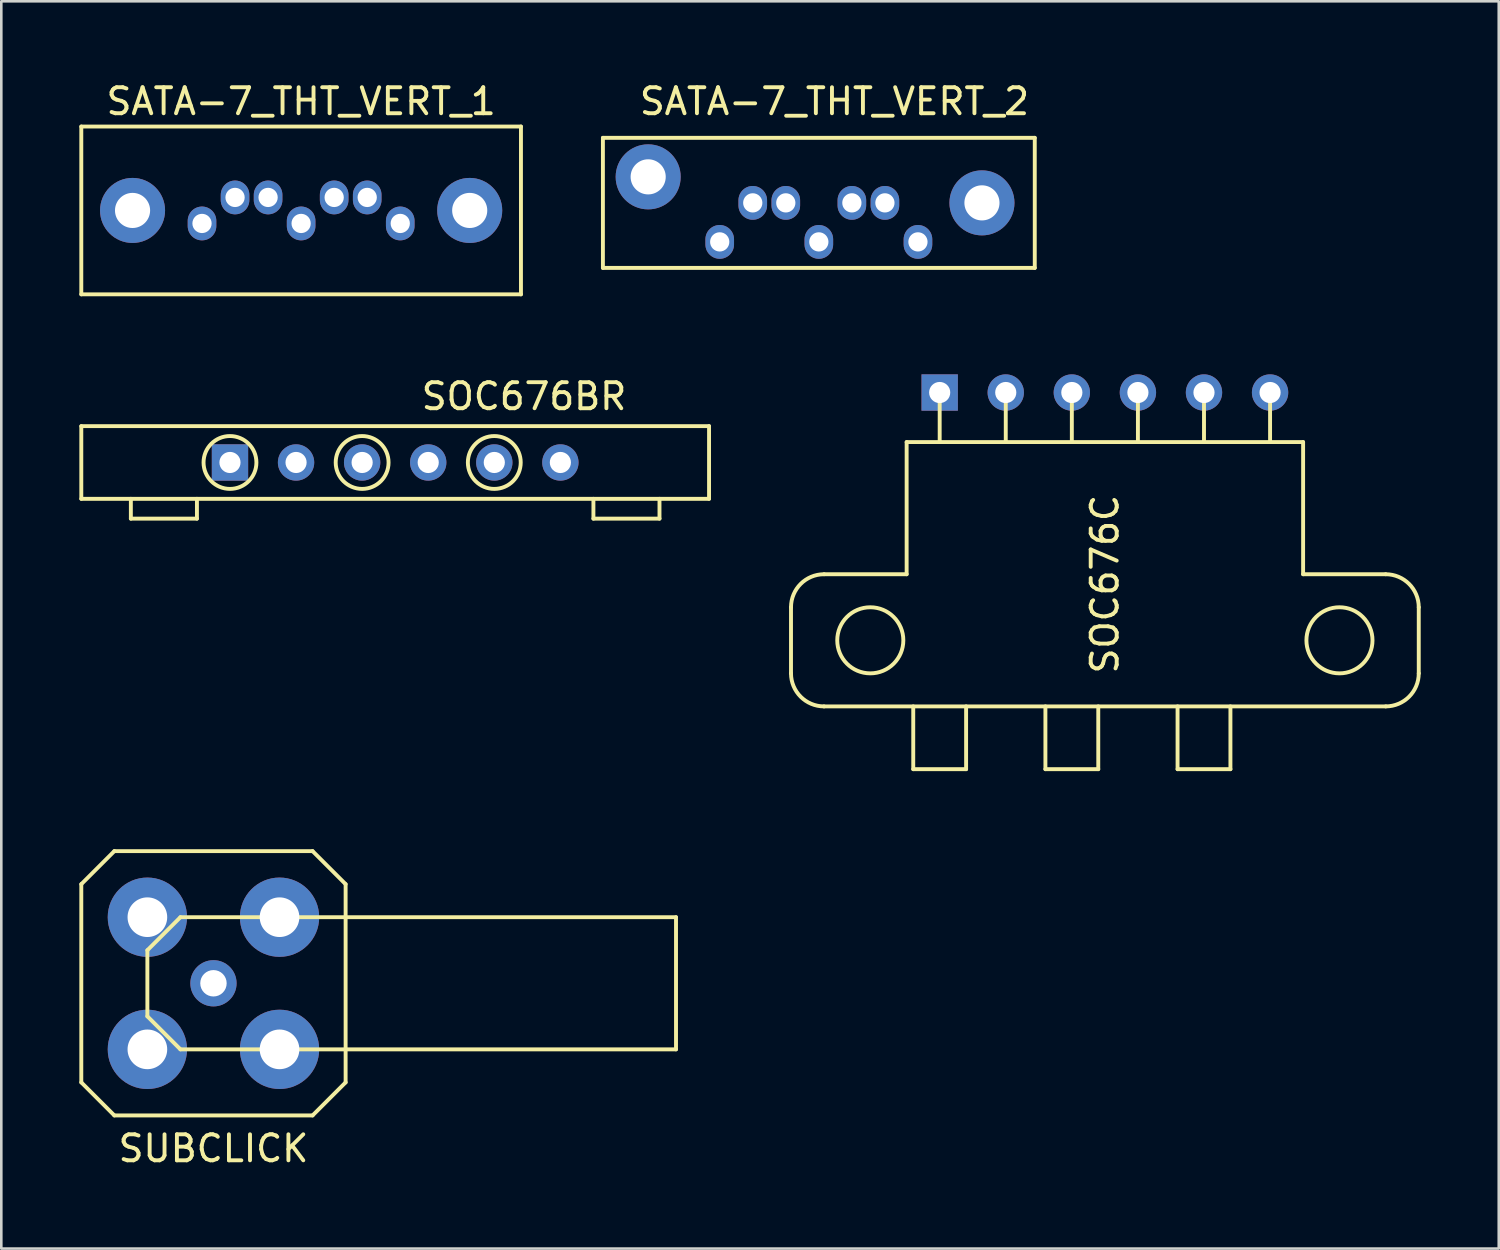
<source format=kicad_pcb>
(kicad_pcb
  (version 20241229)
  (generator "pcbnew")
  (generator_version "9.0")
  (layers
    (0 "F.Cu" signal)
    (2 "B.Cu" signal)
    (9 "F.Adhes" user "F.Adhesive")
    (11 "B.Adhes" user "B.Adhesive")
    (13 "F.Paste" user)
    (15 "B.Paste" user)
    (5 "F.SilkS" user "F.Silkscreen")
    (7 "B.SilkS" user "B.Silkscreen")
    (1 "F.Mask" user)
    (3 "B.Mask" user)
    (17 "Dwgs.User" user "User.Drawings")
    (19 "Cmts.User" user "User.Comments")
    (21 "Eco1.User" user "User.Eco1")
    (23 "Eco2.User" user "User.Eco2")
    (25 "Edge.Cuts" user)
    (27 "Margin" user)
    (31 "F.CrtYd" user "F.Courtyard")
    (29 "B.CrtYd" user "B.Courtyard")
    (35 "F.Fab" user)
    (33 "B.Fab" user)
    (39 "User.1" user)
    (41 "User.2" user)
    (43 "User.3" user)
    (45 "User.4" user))
  (footprint "SOC676BR"
    (layer "F.Cu")
    (at 12.14 14.727)
    (property "Reference" "SOC676BR" (at 4.953 -2.54 0) (layer "F.SilkS") (effects (font (size 1 1) (thickness 0.15))))
    (attr through_hole)
    (fp_line (start -12.065 -1.397) (end 12.065 -1.397) (stroke (width 0.15) (type solid)) (layer "F.SilkS"))
    (fp_line (start -12.065 1.397) (end -12.065 -1.397) (stroke (width 0.15) (type solid)) (layer "F.SilkS"))
    (fp_line (start -10.16 2.159) (end -10.16 1.397) (stroke (width 0.15) (type solid)) (layer "F.SilkS"))
    (fp_line (start -7.62 2.159) (end -10.16 2.159) (stroke (width 0.15) (type solid)) (layer "F.SilkS"))
    (fp_line (start -7.62 2.159) (end -7.62 1.397) (stroke (width 0.15) (type solid)) (layer "F.SilkS"))
    (fp_line (start 7.62 1.397) (end 7.62 2.159) (stroke (width 0.15) (type solid)) (layer "F.SilkS"))
    (fp_line (start 7.62 2.159) (end 10.16 2.159) (stroke (width 0.15) (type solid)) (layer "F.SilkS"))
    (fp_line (start 10.16 2.159) (end 10.16 1.397) (stroke (width 0.15) (type solid)) (layer "F.SilkS"))
    (fp_line (start 12.065 -1.397) (end 12.065 1.397) (stroke (width 0.15) (type solid)) (layer "F.SilkS"))
    (fp_line (start 12.065 1.397) (end -12.065 1.397) (stroke (width 0.15) (type solid)) (layer "F.SilkS"))
    (fp_circle (center -6.35 0) (end -6.35 -1.016) (stroke (width 0.15) (type solid)) (fill no) (layer "F.SilkS"))
    (fp_circle (center -1.27 0) (end -1.27 -1.016) (stroke (width 0.15) (type solid)) (fill no) (layer "F.SilkS"))
    (fp_circle (center 3.81 0) (end 3.81 -1.016) (stroke (width 0.15) (type solid)) (fill no) (layer "F.SilkS"))
    (pad "1" thru_hole rect (at -6.35 0) (size 1.397 1.397) (drill 0.813) (layers "*.Cu" "*.Mask"))
    (pad "2" thru_hole circle (at -3.81 0) (size 1.397 1.397) (drill 0.813) (layers "*.Cu" "*.Mask"))
    (pad "3" thru_hole circle (at -1.27 0) (size 1.397 1.397) (drill 0.813) (layers "*.Cu" "*.Mask"))
    (pad "4" thru_hole circle (at 1.27 0) (size 1.397 1.397) (drill 0.813) (layers "*.Cu" "*.Mask"))
    (pad "5" thru_hole circle (at 3.81 0) (size 1.397 1.397) (drill 0.813) (layers "*.Cu" "*.Mask"))
    (pad "6" thru_hole circle (at 6.35 0) (size 1.397 1.397) (drill 0.813) (layers "*.Cu" "*.Mask")))
  (footprint "SUBCLICK"
    (layer "F.Cu")
    (at 5.155 34.746)
    (property "Reference" "SUBCLICK" (at 0 6.35 0) (layer "F.SilkS") (effects (font (size 1 1) (thickness 0.15))))
    (attr through_hole)
    (fp_line (start -5.08 -3.81) (end -3.81 -5.08) (stroke (width 0.15) (type solid)) (layer "F.SilkS"))
    (fp_line (start -5.08 3.81) (end -5.08 -3.81) (stroke (width 0.15) (type solid)) (layer "F.SilkS"))
    (fp_line (start -3.81 -5.08) (end 3.81 -5.08) (stroke (width 0.15) (type solid)) (layer "F.SilkS"))
    (fp_line (start -3.81 5.08) (end -5.08 3.81) (stroke (width 0.15) (type solid)) (layer "F.SilkS"))
    (fp_line (start -2.54 -1.27) (end -1.27 -2.54) (stroke (width 0.15) (type solid)) (layer "F.SilkS"))
    (fp_line (start -2.54 1.27) (end -2.54 -1.27) (stroke (width 0.15) (type solid)) (layer "F.SilkS"))
    (fp_line (start -1.27 -2.54) (end 17.78 -2.54) (stroke (width 0.15) (type solid)) (layer "F.SilkS"))
    (fp_line (start -1.27 2.54) (end -2.54 1.27) (stroke (width 0.15) (type solid)) (layer "F.SilkS"))
    (fp_line (start 3.81 -5.08) (end 5.08 -3.81) (stroke (width 0.15) (type solid)) (layer "F.SilkS"))
    (fp_line (start 3.81 5.08) (end -3.81 5.08) (stroke (width 0.15) (type solid)) (layer "F.SilkS"))
    (fp_line (start 5.08 -3.81) (end 5.08 3.81) (stroke (width 0.15) (type solid)) (layer "F.SilkS"))
    (fp_line (start 5.08 3.81) (end 3.81 5.08) (stroke (width 0.15) (type solid)) (layer "F.SilkS"))
    (fp_line (start 17.78 -2.54) (end 17.78 2.54) (stroke (width 0.15) (type solid)) (layer "F.SilkS"))
    (fp_line (start 17.78 2.54) (end -1.27 2.54) (stroke (width 0.15) (type solid)) (layer "F.SilkS"))
    (pad "1" thru_hole circle (at 0 0) (size 1.778 1.778) (drill 1.016) (layers "*.Cu" "*.Mask"))
    (pad "2" thru_hole circle (at -2.54 -2.54) (size 3.048 3.048) (drill 1.524) (layers "*.Cu" "*.Mask"))
    (pad "2" thru_hole circle (at -2.54 2.54) (size 3.048 3.048) (drill 1.524) (layers "*.Cu" "*.Mask"))
    (pad "2" thru_hole circle (at 2.54 -2.54) (size 3.048 3.048) (drill 1.524) (layers "*.Cu" "*.Mask"))
    (pad "2" thru_hole circle (at 2.54 2.54) (size 3.048 3.048) (drill 1.524) (layers "*.Cu" "*.Mask")))
  (footprint "SATA-7_THT_VERT_1"
    (layer "F.Cu")
    (at 8.525 5.039)
    (property "Reference" "SATA-7_THT_VERT_1" (at 0 -4.191 0) (layer "F.SilkS") (effects (font (size 1 1) (thickness 0.15))))
    (attr through_hole)
    (fp_line (start -8.45 -3.225) (end 8.45 -3.225) (stroke (width 0.15) (type solid)) (layer "F.SilkS"))
    (fp_line (start -8.45 3.225) (end -8.45 -3.225) (stroke (width 0.15) (type solid)) (layer "F.SilkS"))
    (fp_line (start 8.45 -3.225) (end 8.45 3.225) (stroke (width 0.15) (type solid)) (layer "F.SilkS"))
    (fp_line (start 8.45 3.225) (end -8.45 3.225) (stroke (width 0.15) (type solid)) (layer "F.SilkS"))
    (pad "1" thru_hole oval (at 3.81 0.5) (size 1.1 1.3) (drill 0.74) (layers "*.Cu" "*.Mask"))
    (pad "2" thru_hole oval (at 2.54 -0.5) (size 1.1 1.3) (drill 0.74) (layers "*.Cu" "*.Mask"))
    (pad "3" thru_hole oval (at 1.27 -0.5) (size 1.1 1.3) (drill 0.74) (layers "*.Cu" "*.Mask"))
    (pad "4" thru_hole oval (at 0 0.5) (size 1.1 1.3) (drill 0.74) (layers "*.Cu" "*.Mask"))
    (pad "5" thru_hole oval (at -1.27 -0.5) (size 1.1 1.3) (drill 0.74) (layers "*.Cu" "*.Mask"))
    (pad "6" thru_hole oval (at -2.54 -0.5) (size 1.1 1.3) (drill 0.74) (layers "*.Cu" "*.Mask"))
    (pad "7" thru_hole oval (at -3.81 0.5) (size 1.1 1.3) (drill 0.74) (layers "*.Cu" "*.Mask"))
    (pad "8" thru_hole circle (at -6.48 0) (size 2.5 2.5) (drill 1.35) (layers "*.Cu" "*.Mask"))
    (pad "9" thru_hole circle (at 6.48 0) (size 2.5 2.5) (drill 1.35) (layers "*.Cu" "*.Mask")))
  (footprint "SOC676C"
    (layer "F.Cu")
    (at 39.42 12.038)
    (property "Reference" "SOC676C" (at 0 7.366 90) (layer "F.SilkS") (effects (font (size 1 1) (thickness 0.15))))
    (attr through_hole)
    (fp_line (start -12.065 10.795) (end -12.065 8.255) (stroke (width 0.15) (type solid)) (layer "F.SilkS"))
    (fp_line (start -7.62 1.905) (end 7.62 1.905) (stroke (width 0.15) (type solid)) (layer "F.SilkS"))
    (fp_line (start -7.62 6.985) (end -10.795 6.985) (stroke (width 0.15) (type solid)) (layer "F.SilkS"))
    (fp_line (start -7.62 6.985) (end -7.62 1.905) (stroke (width 0.15) (type solid)) (layer "F.SilkS"))
    (fp_line (start -7.366 12.065) (end -7.366 14.478) (stroke (width 0.15) (type solid)) (layer "F.SilkS"))
    (fp_line (start -7.366 14.478) (end -5.334 14.478) (stroke (width 0.15) (type solid)) (layer "F.SilkS"))
    (fp_line (start -6.35 0) (end -6.35 1.905) (stroke (width 0.15) (type solid)) (layer "F.SilkS"))
    (fp_line (start -5.334 14.478) (end -5.334 12.065) (stroke (width 0.15) (type solid)) (layer "F.SilkS"))
    (fp_line (start -3.81 0) (end -3.81 1.905) (stroke (width 0.15) (type solid)) (layer "F.SilkS"))
    (fp_line (start -2.286 14.478) (end -2.286 12.065) (stroke (width 0.15) (type solid)) (layer "F.SilkS"))
    (fp_line (start -1.27 0) (end -1.27 1.905) (stroke (width 0.15) (type solid)) (layer "F.SilkS"))
    (fp_line (start -0.254 12.065) (end -0.254 14.478) (stroke (width 0.15) (type solid)) (layer "F.SilkS"))
    (fp_line (start -0.254 14.478) (end -2.286 14.478) (stroke (width 0.15) (type solid)) (layer "F.SilkS"))
    (fp_line (start 1.27 0) (end 1.27 1.905) (stroke (width 0.15) (type solid)) (layer "F.SilkS"))
    (fp_line (start 2.794 12.065) (end 2.794 14.478) (stroke (width 0.15) (type solid)) (layer "F.SilkS"))
    (fp_line (start 2.794 14.478) (end 4.826 14.478) (stroke (width 0.15) (type solid)) (layer "F.SilkS"))
    (fp_line (start 3.81 0) (end 3.81 1.905) (stroke (width 0.15) (type solid)) (layer "F.SilkS"))
    (fp_line (start 4.826 14.478) (end 4.826 12.065) (stroke (width 0.15) (type solid)) (layer "F.SilkS"))
    (fp_line (start 6.35 0) (end 6.35 1.905) (stroke (width 0.15) (type solid)) (layer "F.SilkS"))
    (fp_line (start 7.62 1.905) (end 7.62 6.985) (stroke (width 0.15) (type solid)) (layer "F.SilkS"))
    (fp_line (start 7.62 6.985) (end 10.795 6.985) (stroke (width 0.15) (type solid)) (layer "F.SilkS"))
    (fp_line (start 10.795 12.065) (end -10.795 12.065) (stroke (width 0.15) (type solid)) (layer "F.SilkS"))
    (fp_line (start 12.065 8.255) (end 12.065 10.795) (stroke (width 0.15) (type solid)) (layer "F.SilkS"))
    (fp_arc (start -12.065 8.255) (mid -11.693026 7.356974) (end -10.795 6.985) (stroke (width 0.15) (type solid)) (layer "F.SilkS"))
    (fp_arc (start -10.795 12.065) (mid -11.693026 11.693026) (end -12.065 10.795) (stroke (width 0.15) (type solid)) (layer "F.SilkS"))
    (fp_arc (start 10.795 6.985) (mid 11.693026 7.356974) (end 12.065 8.255) (stroke (width 0.15) (type solid)) (layer "F.SilkS"))
    (fp_arc (start 12.065 10.795) (mid 11.693026 11.693026) (end 10.795 12.065) (stroke (width 0.15) (type solid)) (layer "F.SilkS"))
    (fp_circle (center -9.017 9.525) (end -9.017 8.255) (stroke (width 0.15) (type solid)) (fill no) (layer "F.SilkS"))
    (fp_circle (center 9.017 9.525) (end 10.287 9.525) (stroke (width 0.15) (type solid)) (fill no) (layer "F.SilkS"))
    (pad "1" thru_hole rect (at -6.35 0 90) (size 1.397 1.397) (drill 0.813) (layers "*.Cu" "*.Mask"))
    (pad "2" thru_hole circle (at -3.81 0 90) (size 1.397 1.397) (drill 0.813) (layers "*.Cu" "*.Mask"))
    (pad "3" thru_hole circle (at -1.27 0 90) (size 1.397 1.397) (drill 0.813) (layers "*.Cu" "*.Mask"))
    (pad "4" thru_hole circle (at 1.27 0 90) (size 1.397 1.397) (drill 0.813) (layers "*.Cu" "*.Mask"))
    (pad "5" thru_hole circle (at 3.81 0 90) (size 1.397 1.397) (drill 0.813) (layers "*.Cu" "*.Mask"))
    (pad "6" thru_hole circle (at 6.35 0 90) (size 1.397 1.397) (drill 0.813) (layers "*.Cu" "*.Mask")))
  (footprint "SATA-7_THT_VERT_2"
    (layer "F.Cu")
    (at 28.425 4.748)
    (property "Reference" "SATA-7_THT_VERT_2" (at 0.6 -3.9 0) (layer "F.SilkS") (effects (font (size 1 1) (thickness 0.15))))
    (attr through_hole)
    (fp_line (start -8.3 -2.5) (end 8.3 -2.5) (stroke (width 0.15) (type solid)) (layer "F.SilkS"))
    (fp_line (start -8.3 2.5) (end -8.3 -2.5) (stroke (width 0.15) (type solid)) (layer "F.SilkS"))
    (fp_line (start 8.3 -2.5) (end 8.3 2.5) (stroke (width 0.15) (type solid)) (layer "F.SilkS"))
    (fp_line (start 8.3 2.5) (end -8.3 2.5) (stroke (width 0.15) (type solid)) (layer "F.SilkS"))
    (pad "1" thru_hole oval (at 3.81 1.5) (size 1.1 1.3) (drill 0.74) (layers "*.Cu" "*.Mask"))
    (pad "2" thru_hole oval (at 2.54 0) (size 1.1 1.3) (drill 0.74) (layers "*.Cu" "*.Mask"))
    (pad "3" thru_hole oval (at 1.27 0) (size 1.1 1.3) (drill 0.74) (layers "*.Cu" "*.Mask"))
    (pad "4" thru_hole oval (at 0 1.5) (size 1.1 1.3) (drill 0.74) (layers "*.Cu" "*.Mask"))
    (pad "5" thru_hole oval (at -1.27 0) (size 1.1 1.3) (drill 0.74) (layers "*.Cu" "*.Mask"))
    (pad "6" thru_hole oval (at -2.54 0) (size 1.1 1.3) (drill 0.74) (layers "*.Cu" "*.Mask"))
    (pad "7" thru_hole oval (at -3.81 1.5) (size 1.1 1.3) (drill 0.74) (layers "*.Cu" "*.Mask"))
    (pad "8" thru_hole circle (at -6.56 -1) (size 2.5 2.5) (drill 1.35) (layers "*.Cu" "*.Mask"))
    (pad "9" thru_hole circle (at 6.27 0) (size 2.5 2.5) (drill 1.35) (layers "*.Cu" "*.Mask")))
  (gr_rect
    (start -3 -3)
    (end 54.56 44.944)
    (stroke (width 0.1) (type default))
    (fill no)
    (layer "Edge.Cuts")))
</source>
